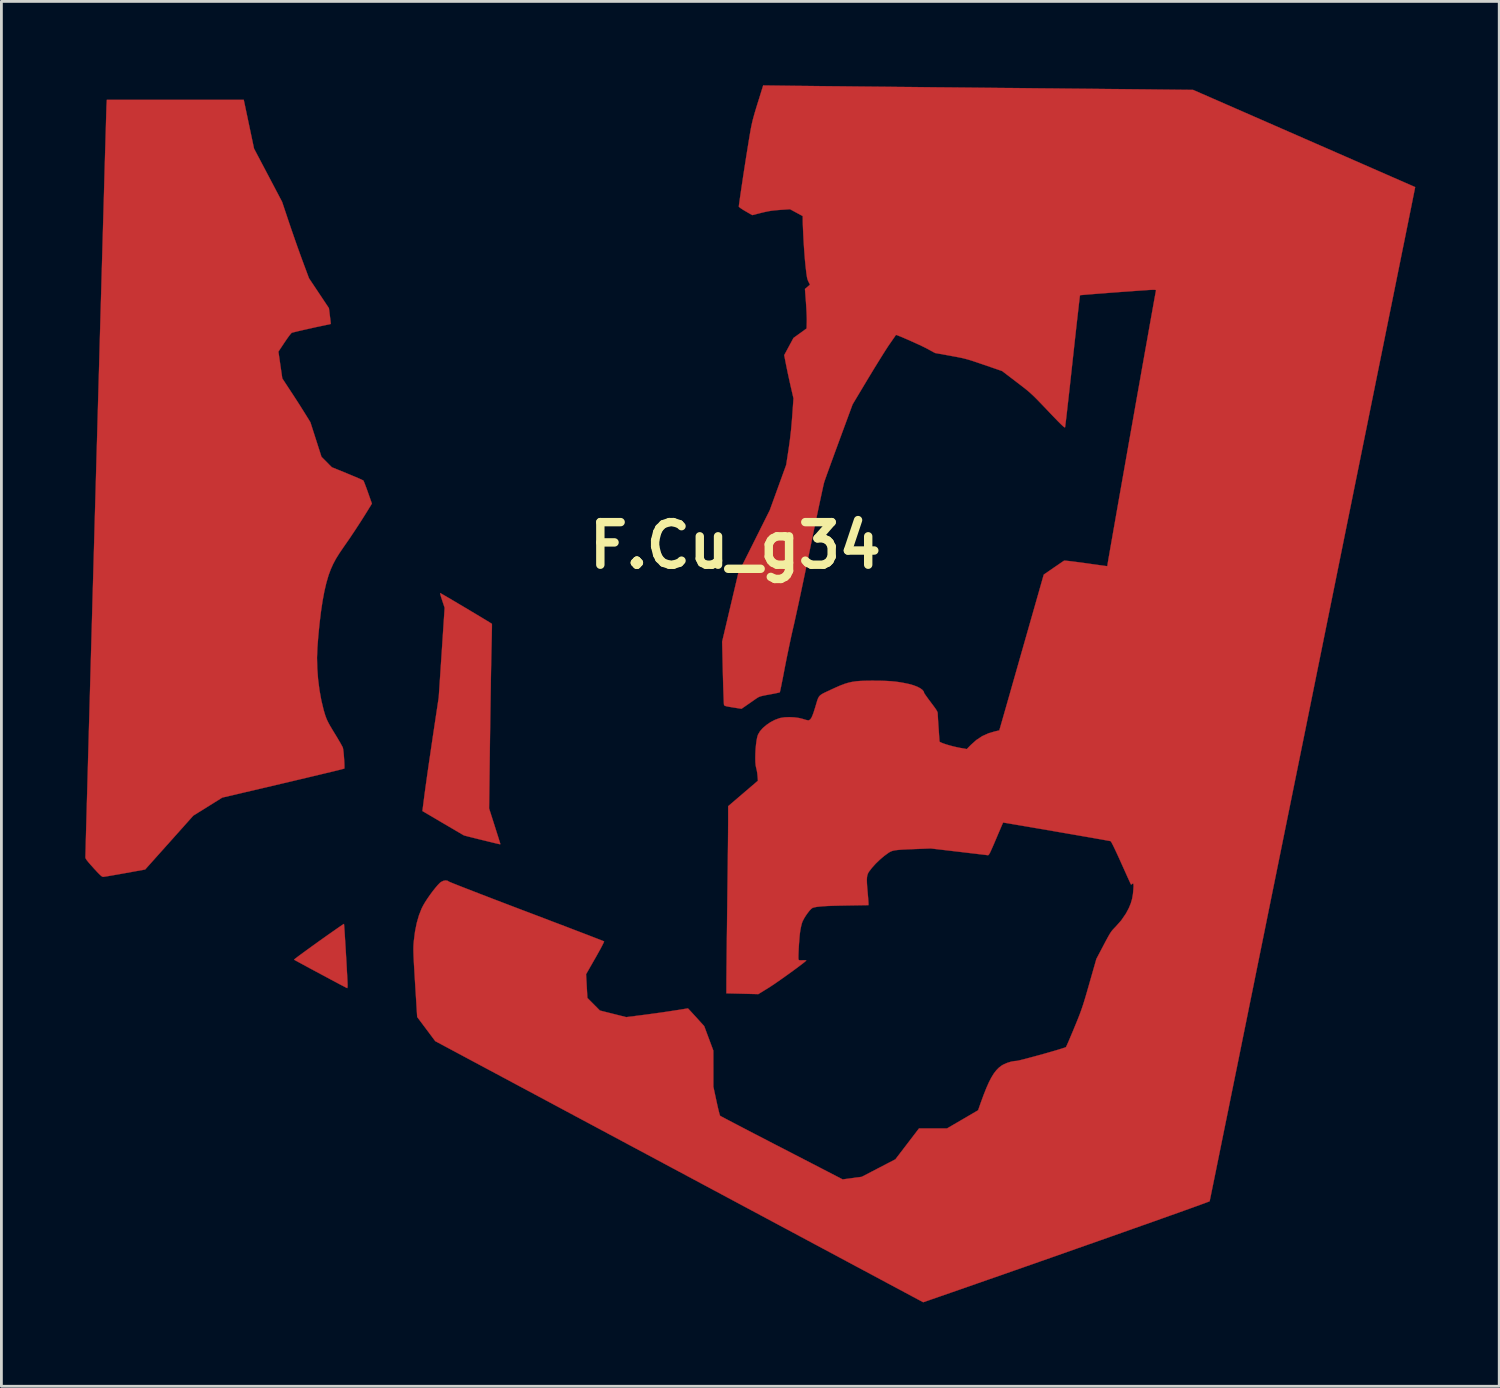
<source format=kicad_pcb>
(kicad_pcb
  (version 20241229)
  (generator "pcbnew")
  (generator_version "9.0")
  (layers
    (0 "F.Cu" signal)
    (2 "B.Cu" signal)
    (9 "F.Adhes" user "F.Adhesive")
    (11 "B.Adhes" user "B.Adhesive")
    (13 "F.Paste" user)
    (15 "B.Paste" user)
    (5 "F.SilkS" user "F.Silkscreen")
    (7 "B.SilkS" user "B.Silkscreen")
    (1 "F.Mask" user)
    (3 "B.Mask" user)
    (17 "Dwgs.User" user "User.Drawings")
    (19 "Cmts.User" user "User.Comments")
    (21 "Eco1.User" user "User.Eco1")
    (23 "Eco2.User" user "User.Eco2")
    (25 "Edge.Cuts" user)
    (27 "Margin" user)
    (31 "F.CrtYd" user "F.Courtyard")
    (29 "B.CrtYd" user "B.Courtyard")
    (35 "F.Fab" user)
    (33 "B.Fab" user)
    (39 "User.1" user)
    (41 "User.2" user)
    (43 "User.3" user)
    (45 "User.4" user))
  (footprint "F.Cu_g34"
    (layer "F.Cu")
    (at 23.246 16.457)
    (property "Reference" "F.Cu_g34" (at 0 0 0) (layer "F.SilkS") (effects (font (size 1.524 1.524) (thickness 0.3))))
    (attr through_hole)
    (fp_poly (pts (xy -13.992 13.558) (xy -13.987 13.618) (xy -13.98 13.71) (xy -13.972 13.83) (xy -13.963 13.973) (xy -13.953 14.135) (xy -13.942 14.31) (xy -13.931 14.493) (xy -13.92 14.681) (xy -13.909 14.867) (xy -13.899 15.047) (xy -13.89 15.217) (xy -13.881 15.372) (xy -13.874 15.506) (xy -13.869 15.615) (xy -13.866 15.695) (xy -13.865 15.732) (xy -13.868 15.79) (xy -13.875 15.826) (xy -13.88 15.831) (xy -13.901 15.821) (xy -13.956 15.793) (xy -14.041 15.748) (xy -14.153 15.69) (xy -14.287 15.618) (xy -14.441 15.537) (xy -14.61 15.446) (xy -14.791 15.349) (xy -14.831 15.328) (xy -15.015 15.229) (xy -15.187 15.137) (xy -15.344 15.052) (xy -15.482 14.977) (xy -15.598 14.914) (xy -15.689 14.864) (xy -15.75 14.831) (xy -15.778 14.814) (xy -15.779 14.813) (xy -15.765 14.799) (xy -15.72 14.763) (xy -15.646 14.706) (xy -15.547 14.633) (xy -15.426 14.544) (xy -15.286 14.442) (xy -15.131 14.33) (xy -14.963 14.209) (xy -14.899 14.163) (xy -14.727 14.041) (xy -14.565 13.926) (xy -14.417 13.822) (xy -14.286 13.731) (xy -14.176 13.654) (xy -14.089 13.595) (xy -14.028 13.555) (xy -13.998 13.537) (xy -13.995 13.536) (xy -13.992 13.558)) (stroke (width 0.01) (type solid)) (fill yes) (layer "F.Cu"))
    (fp_poly (pts (xy -10.538 1.711) (xy -10.487 1.739) (xy -10.408 1.785) (xy -10.305 1.845) (xy -10.183 1.916) (xy -10.046 1.997) (xy -9.897 2.086) (xy -9.741 2.178) (xy -9.582 2.273) (xy -9.425 2.367) (xy -9.272 2.458) (xy -9.13 2.543) (xy -9.001 2.621) (xy -8.89 2.688) (xy -8.801 2.742) (xy -8.739 2.781) (xy -8.707 2.802) (xy -8.704 2.804) (xy -8.703 2.826) (xy -8.703 2.886) (xy -8.704 2.979) (xy -8.707 3.101) (xy -8.709 3.249) (xy -8.713 3.416) (xy -8.717 3.6) (xy -8.72 3.717) (xy -8.723 3.865) (xy -8.727 4.05) (xy -8.731 4.269) (xy -8.736 4.518) (xy -8.741 4.793) (xy -8.745 5.089) (xy -8.75 5.402) (xy -8.755 5.728) (xy -8.76 6.062) (xy -8.765 6.401) (xy -8.77 6.741) (xy -8.774 7.015) (xy -8.805 9.405) (xy -8.604 10.034) (xy -8.555 10.19) (xy -8.51 10.332) (xy -8.47 10.456) (xy -8.439 10.557) (xy -8.416 10.63) (xy -8.405 10.67) (xy -8.403 10.676) (xy -8.403 10.681) (xy -8.404 10.684) (xy -8.411 10.685) (xy -8.427 10.683) (xy -8.458 10.677) (xy -8.508 10.666) (xy -8.58 10.649) (xy -8.678 10.625) (xy -8.808 10.594) (xy -8.972 10.553) (xy -9.061 10.532) (xy -9.218 10.493) (xy -9.362 10.457) (xy -9.487 10.426) (xy -9.589 10.4) (xy -9.662 10.381) (xy -9.702 10.37) (xy -9.707 10.368) (xy -9.729 10.355) (xy -9.783 10.324) (xy -9.866 10.275) (xy -9.974 10.212) (xy -10.101 10.137) (xy -10.246 10.052) (xy -10.403 9.96) (xy -10.458 9.928) (xy -11.189 9.498) (xy -11.11 8.882) (xy -11.092 8.75) (xy -11.069 8.582) (xy -11.041 8.384) (xy -11.01 8.16) (xy -10.975 7.918) (xy -10.938 7.662) (xy -10.899 7.399) (xy -10.86 7.133) (xy -10.821 6.871) (xy -10.818 6.847) (xy -10.605 5.429) (xy -10.499 3.829) (xy -10.394 2.229) (xy -10.48 1.97) (xy -10.512 1.873) (xy -10.537 1.791) (xy -10.552 1.731) (xy -10.557 1.703) (xy -10.556 1.702) (xy -10.538 1.711)) (stroke (width 0.01) (type solid)) (fill yes) (layer "F.Cu"))
    (fp_poly (pts (xy -17.579 -15.938) (xy -17.395 -15.065) (xy -17.211 -14.192) (xy -16.709 -13.24) (xy -16.207 -12.287) (xy -15.959 -11.546) (xy -15.889 -11.34) (xy -15.811 -11.115) (xy -15.73 -10.881) (xy -15.648 -10.649) (xy -15.57 -10.432) (xy -15.5 -10.24) (xy -15.478 -10.18) (xy -15.245 -9.554) (xy -14.889 -9.02) (xy -14.533 -8.486) (xy -14.498 -8.206) (xy -14.485 -8.103) (xy -14.475 -8.016) (xy -14.469 -7.954) (xy -14.466 -7.923) (xy -14.467 -7.922) (xy -14.488 -7.916) (xy -14.543 -7.903) (xy -14.625 -7.886) (xy -14.726 -7.865) (xy -14.776 -7.854) (xy -14.878 -7.833) (xy -15.001 -7.807) (xy -15.138 -7.776) (xy -15.281 -7.744) (xy -15.424 -7.712) (xy -15.559 -7.681) (xy -15.678 -7.653) (xy -15.774 -7.629) (xy -15.84 -7.613) (xy -15.86 -7.607) (xy -15.884 -7.586) (xy -15.925 -7.536) (xy -15.982 -7.461) (xy -16.048 -7.368) (xy -16.119 -7.264) (xy -16.339 -6.932) (xy -16.27 -6.453) (xy -16.2 -5.973) (xy -15.904 -5.521) (xy -15.807 -5.374) (xy -15.704 -5.215) (xy -15.602 -5.057) (xy -15.508 -4.908) (xy -15.427 -4.78) (xy -15.401 -4.738) (xy -15.196 -4.407) (xy -14.997 -3.788) (xy -14.799 -3.169) (xy -14.614 -2.983) (xy -14.429 -2.797) (xy -13.877 -2.572) (xy -13.733 -2.512) (xy -13.601 -2.457) (xy -13.487 -2.408) (xy -13.395 -2.368) (xy -13.332 -2.338) (xy -13.302 -2.322) (xy -13.301 -2.321) (xy -13.287 -2.295) (xy -13.262 -2.234) (xy -13.228 -2.147) (xy -13.188 -2.039) (xy -13.144 -1.917) (xy -13.137 -1.896) (xy -12.996 -1.496) (xy -13.179 -1.198) (xy -13.377 -0.884) (xy -13.589 -0.558) (xy -13.805 -0.235) (xy -14.014 0.066) (xy -14.02 0.074) (xy -14.164 0.286) (xy -14.283 0.478) (xy -14.381 0.661) (xy -14.463 0.844) (xy -14.536 1.038) (xy -14.552 1.086) (xy -14.628 1.348) (xy -14.698 1.649) (xy -14.761 1.989) (xy -14.818 2.369) (xy -14.869 2.79) (xy -14.914 3.252) (xy -14.945 3.651) (xy -14.959 4.012) (xy -14.95 4.392) (xy -14.921 4.78) (xy -14.872 5.165) (xy -14.805 5.538) (xy -14.721 5.886) (xy -14.677 6.035) (xy -14.65 6.117) (xy -14.622 6.191) (xy -14.59 6.265) (xy -14.549 6.346) (xy -14.498 6.439) (xy -14.431 6.554) (xy -14.345 6.695) (xy -14.327 6.724) (xy -14.25 6.851) (xy -14.18 6.969) (xy -14.12 7.072) (xy -14.074 7.155) (xy -14.044 7.211) (xy -14.035 7.232) (xy -14.025 7.279) (xy -14.015 7.353) (xy -14.005 7.449) (xy -13.996 7.556) (xy -13.988 7.666) (xy -13.982 7.772) (xy -13.979 7.864) (xy -13.978 7.934) (xy -13.981 7.974) (xy -13.983 7.979) (xy -14.006 7.986) (xy -14.067 8.002) (xy -14.164 8.027) (xy -14.294 8.059) (xy -14.455 8.098) (xy -14.643 8.143) (xy -14.856 8.194) (xy -15.091 8.25) (xy -15.346 8.311) (xy -15.617 8.375) (xy -15.902 8.443) (xy -16.175 8.507) (xy -18.347 9.017) (xy -19.384 9.663) (xy -20.244 10.626) (xy -21.105 11.589) (xy -21.829 11.72) (xy -22.001 11.751) (xy -22.161 11.779) (xy -22.305 11.804) (xy -22.427 11.825) (xy -22.522 11.84) (xy -22.585 11.85) (xy -22.608 11.852) (xy -22.632 11.847) (xy -22.664 11.828) (xy -22.708 11.791) (xy -22.767 11.733) (xy -22.846 11.651) (xy -22.948 11.54) (xy -22.952 11.535) (xy -23.057 11.418) (xy -23.135 11.327) (xy -23.19 11.259) (xy -23.223 11.209) (xy -23.239 11.174) (xy -23.241 11.159) (xy -23.241 11.131) (xy -23.239 11.062) (xy -23.236 10.953) (xy -23.232 10.806) (xy -23.228 10.622) (xy -23.222 10.403) (xy -23.215 10.15) (xy -23.207 9.864) (xy -23.198 9.547) (xy -23.189 9.2) (xy -23.178 8.825) (xy -23.167 8.422) (xy -23.155 7.994) (xy -23.143 7.541) (xy -23.129 7.066) (xy -23.116 6.569) (xy -23.101 6.051) (xy -23.086 5.515) (xy -23.071 4.962) (xy -23.055 4.392) (xy -23.039 3.808) (xy -23.022 3.211) (xy -23.005 2.601) (xy -22.988 1.981) (xy -22.97 1.352) (xy -22.952 0.716) (xy -22.934 0.073) (xy -22.916 -0.575) (xy -22.898 -1.227) (xy -22.879 -1.881) (xy -22.861 -2.536) (xy -22.843 -3.19) (xy -22.824 -3.842) (xy -22.806 -4.491) (xy -22.788 -5.135) (xy -22.77 -5.773) (xy -22.752 -6.404) (xy -22.735 -7.025) (xy -22.718 -7.637) (xy -22.701 -8.237) (xy -22.684 -8.823) (xy -22.668 -9.396) (xy -22.652 -9.953) (xy -22.637 -10.492) (xy -22.622 -11.013) (xy -22.608 -11.514) (xy -22.594 -11.994) (xy -22.581 -12.451) (xy -22.569 -12.884) (xy -22.558 -13.291) (xy -22.547 -13.672) (xy -22.537 -14.025) (xy -22.527 -14.348) (xy -22.519 -14.639) (xy -22.511 -14.899) (xy -22.505 -15.125) (xy -22.499 -15.315) (xy -22.495 -15.469) (xy -22.491 -15.586) (xy -22.489 -15.663) (xy -22.488 -15.699) (xy -22.488 -15.7) (xy -22.475 -15.938) (xy -17.579 -15.938)) (stroke (width 0.01) (type solid)) (fill yes) (layer "F.Cu"))
    (fp_poly (pts (xy 2.145 -16.437) (xy 2.272 -16.436) (xy 2.439 -16.434) (xy 2.643 -16.432) (xy 2.883 -16.429) (xy 3.155 -16.426) (xy 3.458 -16.423) (xy 3.789 -16.42) (xy 4.146 -16.416) (xy 4.527 -16.412) (xy 4.928 -16.408) (xy 5.348 -16.404) (xy 5.785 -16.399) (xy 6.235 -16.395) (xy 6.697 -16.39) (xy 7.168 -16.385) (xy 7.646 -16.381) (xy 8.128 -16.376) (xy 8.53 -16.372) (xy 9.017 -16.367) (xy 9.502 -16.362) (xy 9.984 -16.358) (xy 10.459 -16.353) (xy 10.926 -16.348) (xy 11.382 -16.344) (xy 11.824 -16.339) (xy 12.251 -16.335) (xy 12.659 -16.331) (xy 13.046 -16.327) (xy 13.41 -16.323) (xy 13.748 -16.32) (xy 14.057 -16.317) (xy 14.337 -16.314) (xy 14.583 -16.312) (xy 14.793 -16.309) (xy 14.966 -16.308) (xy 15.071 -16.306) (xy 16.372 -16.292) (xy 20.341 -14.556) (xy 20.731 -14.385) (xy 21.11 -14.22) (xy 21.477 -14.059) (xy 21.829 -13.905) (xy 22.166 -13.757) (xy 22.486 -13.617) (xy 22.785 -13.486) (xy 23.064 -13.364) (xy 23.319 -13.252) (xy 23.55 -13.151) (xy 23.754 -13.062) (xy 23.929 -12.985) (xy 24.074 -12.922) (xy 24.186 -12.873) (xy 24.265 -12.838) (xy 24.308 -12.819) (xy 24.315 -12.816) (xy 24.311 -12.795) (xy 24.299 -12.734) (xy 24.279 -12.634) (xy 24.251 -12.496) (xy 24.216 -12.321) (xy 24.174 -12.11) (xy 24.124 -11.864) (xy 24.068 -11.585) (xy 24.005 -11.274) (xy 23.936 -10.931) (xy 23.86 -10.559) (xy 23.779 -10.157) (xy 23.692 -9.728) (xy 23.6 -9.272) (xy 23.503 -8.791) (xy 23.4 -8.285) (xy 23.293 -7.757) (xy 23.182 -7.206) (xy 23.066 -6.635) (xy 22.946 -6.043) (xy 22.823 -5.433) (xy 22.696 -4.806) (xy 22.566 -4.163) (xy 22.432 -3.504) (xy 22.296 -2.831) (xy 22.157 -2.146) (xy 22.016 -1.449) (xy 21.872 -0.741) (xy 21.727 -0.024) (xy 21.58 0.702) (xy 21.432 1.434) (xy 21.282 2.173) (xy 21.131 2.916) (xy 20.98 3.663) (xy 20.828 4.412) (xy 20.676 5.163) (xy 20.524 5.914) (xy 20.372 6.665) (xy 20.22 7.413) (xy 20.069 8.158) (xy 19.919 8.898) (xy 19.77 9.633) (xy 19.622 10.362) (xy 19.476 11.083) (xy 19.332 11.794) (xy 19.189 12.496) (xy 19.049 13.187) (xy 18.912 13.865) (xy 18.777 14.529) (xy 18.645 15.179) (xy 18.517 15.813) (xy 18.391 16.431) (xy 18.27 17.03) (xy 18.152 17.609) (xy 18.039 18.169) (xy 17.93 18.707) (xy 17.825 19.222) (xy 17.725 19.713) (xy 17.631 20.18) (xy 17.541 20.62) (xy 17.457 21.033) (xy 17.379 21.418) (xy 17.307 21.773) (xy 17.241 22.097) (xy 17.182 22.39) (xy 17.129 22.649) (xy 17.083 22.875) (xy 17.044 23.065) (xy 17.013 23.219) (xy 16.989 23.335) (xy 16.973 23.412) (xy 16.965 23.45) (xy 16.964 23.453) (xy 16.944 23.463) (xy 16.885 23.485) (xy 16.79 23.521) (xy 16.66 23.568) (xy 16.498 23.627) (xy 16.304 23.697) (xy 16.081 23.777) (xy 15.83 23.867) (xy 15.554 23.965) (xy 15.253 24.072) (xy 14.931 24.187) (xy 14.587 24.308) (xy 14.225 24.436) (xy 13.847 24.57) (xy 13.453 24.709) (xy 13.045 24.853) (xy 12.626 25) (xy 12.197 25.151) (xy 11.76 25.305) (xy 11.317 25.461) (xy 10.869 25.618) (xy 10.418 25.776) (xy 9.966 25.934) (xy 9.516 26.092) (xy 9.067 26.248) (xy 8.623 26.403) (xy 8.185 26.556) (xy 7.755 26.706) (xy 7.335 26.852) (xy 6.974 26.977) (xy 6.72 27.065) (xy -2.005 22.396) (xy -10.73 17.727) (xy -11.376 16.863) (xy -11.434 15.919) (xy -11.452 15.632) (xy -11.467 15.384) (xy -11.479 15.171) (xy -11.49 14.99) (xy -11.498 14.836) (xy -11.504 14.707) (xy -11.508 14.598) (xy -11.51 14.507) (xy -11.511 14.429) (xy -11.51 14.362) (xy -11.508 14.301) (xy -11.504 14.243) (xy -11.499 14.184) (xy -11.495 14.139) (xy -11.452 13.802) (xy -11.391 13.499) (xy -11.311 13.222) (xy -11.213 12.975) (xy -11.161 12.874) (xy -11.091 12.755) (xy -11.007 12.626) (xy -10.915 12.494) (xy -10.82 12.365) (xy -10.727 12.248) (xy -10.642 12.148) (xy -10.568 12.072) (xy -10.525 12.037) (xy -10.441 11.995) (xy -10.357 11.98) (xy -10.284 11.994) (xy -10.25 12.018) (xy -10.226 12.03) (xy -10.164 12.056) (xy -10.068 12.095) (xy -9.939 12.146) (xy -9.78 12.209) (xy -9.592 12.282) (xy -9.378 12.365) (xy -9.141 12.457) (xy -8.883 12.556) (xy -8.606 12.663) (xy -8.312 12.775) (xy -8.003 12.893) (xy -7.683 13.015) (xy -7.461 13.099) (xy -7.134 13.223) (xy -6.818 13.343) (xy -6.515 13.459) (xy -6.227 13.568) (xy -5.957 13.671) (xy -5.707 13.767) (xy -5.479 13.854) (xy -5.275 13.932) (xy -5.098 14.001) (xy -4.95 14.058) (xy -4.833 14.103) (xy -4.75 14.136) (xy -4.703 14.155) (xy -4.692 14.16) (xy -4.698 14.182) (xy -4.723 14.235) (xy -4.764 14.317) (xy -4.819 14.421) (xy -4.887 14.544) (xy -4.963 14.681) (xy -5.006 14.756) (xy -5.337 15.335) (xy -5.313 15.758) (xy -5.289 16.182) (xy -4.841 16.633) (xy -4.371 16.751) (xy -3.9 16.869) (xy -3.318 16.795) (xy -3.127 16.77) (xy -2.915 16.741) (xy -2.696 16.711) (xy -2.484 16.68) (xy -2.293 16.651) (xy -2.214 16.639) (xy -1.693 16.556) (xy -1.59 16.665) (xy -1.535 16.725) (xy -1.462 16.805) (xy -1.379 16.895) (xy -1.3 16.983) (xy -1.111 17.192) (xy -0.948 17.629) (xy -0.785 18.066) (xy -0.784 18.711) (xy -0.784 19.357) (xy -0.675 19.865) (xy -0.644 20.007) (xy -0.615 20.135) (xy -0.588 20.245) (xy -0.566 20.329) (xy -0.55 20.381) (xy -0.543 20.397) (xy -0.521 20.409) (xy -0.464 20.44) (xy -0.374 20.488) (xy -0.254 20.551) (xy -0.106 20.629) (xy 0.068 20.72) (xy 0.266 20.823) (xy 0.484 20.937) (xy 0.721 21.06) (xy 0.975 21.191) (xy 1.242 21.33) (xy 1.521 21.474) (xy 1.661 21.546) (xy 3.84 22.672) (xy 4.181 22.626) (xy 4.522 22.58) (xy 5.124 22.267) (xy 5.726 21.954) (xy 6.148 21.402) (xy 6.571 20.849) (xy 7.572 20.849) (xy 8.128 20.525) (xy 8.684 20.2) (xy 8.784 19.916) (xy 8.886 19.639) (xy 8.981 19.4) (xy 9.072 19.196) (xy 9.16 19.025) (xy 9.248 18.883) (xy 9.338 18.767) (xy 9.43 18.674) (xy 9.528 18.6) (xy 9.584 18.567) (xy 9.721 18.506) (xy 9.866 18.461) (xy 10.001 18.438) (xy 10.048 18.436) (xy 10.087 18.431) (xy 10.159 18.415) (xy 10.261 18.39) (xy 10.386 18.358) (xy 10.529 18.32) (xy 10.686 18.278) (xy 10.85 18.233) (xy 11.018 18.187) (xy 11.182 18.14) (xy 11.339 18.095) (xy 11.483 18.053) (xy 11.608 18.015) (xy 11.709 17.983) (xy 11.782 17.959) (xy 11.821 17.943) (xy 11.825 17.941) (xy 11.838 17.916) (xy 11.866 17.857) (xy 11.905 17.769) (xy 11.954 17.655) (xy 12.011 17.52) (xy 12.074 17.37) (xy 12.126 17.244) (xy 12.195 17.077) (xy 12.254 16.932) (xy 12.304 16.804) (xy 12.349 16.685) (xy 12.39 16.569) (xy 12.431 16.449) (xy 12.472 16.319) (xy 12.517 16.171) (xy 12.567 16) (xy 12.625 15.798) (xy 12.659 15.679) (xy 12.914 14.787) (xy 13.171 14.299) (xy 13.25 14.149) (xy 13.314 14.031) (xy 13.366 13.938) (xy 13.41 13.865) (xy 13.45 13.806) (xy 13.49 13.755) (xy 13.534 13.707) (xy 13.585 13.654) (xy 13.598 13.641) (xy 13.803 13.41) (xy 13.973 13.162) (xy 14.075 12.969) (xy 14.144 12.803) (xy 14.191 12.642) (xy 14.222 12.468) (xy 14.237 12.303) (xy 14.243 12.197) (xy 14.242 12.128) (xy 14.233 12.094) (xy 14.215 12.089) (xy 14.188 12.109) (xy 14.186 12.111) (xy 14.16 12.128) (xy 14.152 12.127) (xy 14.142 12.106) (xy 14.116 12.051) (xy 14.077 11.966) (xy 14.026 11.854) (xy 13.966 11.72) (xy 13.898 11.569) (xy 13.824 11.404) (xy 13.8 11.351) (xy 13.709 11.149) (xy 13.628 10.974) (xy 13.559 10.828) (xy 13.503 10.713) (xy 13.46 10.631) (xy 13.432 10.585) (xy 13.422 10.574) (xy 13.394 10.569) (xy 13.329 10.557) (xy 13.23 10.539) (xy 13.1 10.515) (xy 12.943 10.488) (xy 12.763 10.456) (xy 12.563 10.421) (xy 12.347 10.384) (xy 12.119 10.344) (xy 11.881 10.303) (xy 11.638 10.261) (xy 11.392 10.218) (xy 11.149 10.176) (xy 10.91 10.135) (xy 10.68 10.096) (xy 10.462 10.058) (xy 10.261 10.024) (xy 10.078 9.993) (xy 9.918 9.966) (xy 9.785 9.943) (xy 9.682 9.926) (xy 9.612 9.915) (xy 9.579 9.91) (xy 9.577 9.91) (xy 9.568 9.931) (xy 9.544 9.985) (xy 9.508 10.069) (xy 9.462 10.177) (xy 9.407 10.305) (xy 9.346 10.448) (xy 9.324 10.501) (xy 9.253 10.668) (xy 9.195 10.8) (xy 9.15 10.901) (xy 9.116 10.975) (xy 9.089 11.025) (xy 9.068 11.057) (xy 9.052 11.073) (xy 9.037 11.078) (xy 9.031 11.077) (xy 9.001 11.074) (xy 8.933 11.065) (xy 8.833 11.053) (xy 8.703 11.038) (xy 8.548 11.019) (xy 8.374 10.999) (xy 8.183 10.976) (xy 7.988 10.953) (xy 6.991 10.836) (xy 6.411 10.858) (xy 6.206 10.866) (xy 6.039 10.874) (xy 5.903 10.882) (xy 5.795 10.892) (xy 5.71 10.903) (xy 5.642 10.917) (xy 5.586 10.935) (xy 5.539 10.956) (xy 5.493 10.983) (xy 5.477 10.994) (xy 5.323 11.106) (xy 5.167 11.239) (xy 5.018 11.383) (xy 4.887 11.529) (xy 4.782 11.666) (xy 4.775 11.676) (xy 4.745 11.731) (xy 4.723 11.792) (xy 4.71 11.865) (xy 4.705 11.958) (xy 4.708 12.075) (xy 4.717 12.224) (xy 4.729 12.357) (xy 4.74 12.482) (xy 4.75 12.598) (xy 4.757 12.695) (xy 4.761 12.764) (xy 4.763 12.793) (xy 4.763 12.863) (xy 3.985 12.876) (xy 3.719 12.881) (xy 3.492 12.887) (xy 3.302 12.894) (xy 3.144 12.903) (xy 3.016 12.914) (xy 2.914 12.926) (xy 2.835 12.941) (xy 2.777 12.957) (xy 2.764 12.962) (xy 2.717 12.996) (xy 2.656 13.059) (xy 2.59 13.143) (xy 2.523 13.238) (xy 2.462 13.337) (xy 2.413 13.431) (xy 2.399 13.462) (xy 2.376 13.533) (xy 2.352 13.631) (xy 2.33 13.741) (xy 2.319 13.811) (xy 2.307 13.903) (xy 2.296 14.017) (xy 2.286 14.146) (xy 2.276 14.281) (xy 2.268 14.416) (xy 2.262 14.542) (xy 2.258 14.652) (xy 2.257 14.738) (xy 2.259 14.792) (xy 2.261 14.802) (xy 2.272 14.824) (xy 2.298 14.834) (xy 2.349 14.836) (xy 2.405 14.834) (xy 2.475 14.833) (xy 2.523 14.835) (xy 2.54 14.841) (xy 2.523 14.86) (xy 2.476 14.9) (xy 2.403 14.958) (xy 2.308 15.03) (xy 2.197 15.114) (xy 2.072 15.205) (xy 1.939 15.302) (xy 1.802 15.4) (xy 1.665 15.497) (xy 1.533 15.59) (xy 1.411 15.674) (xy 1.302 15.747) (xy 1.211 15.807) (xy 1.181 15.825) (xy 0.823 16.046) (xy 0.253 16.031) (xy -0.318 16.017) (xy -0.317 15.612) (xy -0.317 15.537) (xy -0.316 15.423) (xy -0.314 15.272) (xy -0.313 15.09) (xy -0.31 14.878) (xy -0.308 14.64) (xy -0.305 14.379) (xy -0.302 14.099) (xy -0.298 13.803) (xy -0.294 13.495) (xy -0.291 13.176) (xy -0.286 12.852) (xy -0.286 12.795) (xy -0.282 12.467) (xy -0.278 12.142) (xy -0.274 11.824) (xy -0.27 11.517) (xy -0.267 11.224) (xy -0.264 10.949) (xy -0.261 10.695) (xy -0.259 10.465) (xy -0.257 10.263) (xy -0.256 10.093) (xy -0.255 9.957) (xy -0.254 9.861) (xy -0.254 9.853) (xy -0.254 9.324) (xy 0.278 8.869) (xy 0.81 8.414) (xy 0.797 8.245) (xy 0.786 8.144) (xy 0.769 8.042) (xy 0.749 7.96) (xy 0.748 7.959) (xy 0.73 7.869) (xy 0.719 7.748) (xy 0.716 7.603) (xy 0.719 7.444) (xy 0.727 7.281) (xy 0.742 7.122) (xy 0.761 6.977) (xy 0.785 6.855) (xy 0.813 6.765) (xy 0.814 6.764) (xy 0.882 6.648) (xy 0.984 6.531) (xy 1.113 6.421) (xy 1.259 6.321) (xy 1.416 6.239) (xy 1.575 6.18) (xy 1.622 6.168) (xy 1.767 6.146) (xy 1.936 6.14) (xy 2.112 6.148) (xy 2.28 6.171) (xy 2.424 6.207) (xy 2.433 6.21) (xy 2.512 6.235) (xy 2.579 6.251) (xy 2.621 6.255) (xy 2.625 6.255) (xy 2.663 6.236) (xy 2.696 6.204) (xy 2.729 6.152) (xy 2.763 6.075) (xy 2.802 5.969) (xy 2.846 5.829) (xy 2.865 5.768) (xy 2.904 5.637) (xy 2.934 5.537) (xy 2.963 5.462) (xy 2.996 5.404) (xy 3.038 5.359) (xy 3.095 5.318) (xy 3.172 5.276) (xy 3.277 5.226) (xy 3.397 5.17) (xy 3.588 5.082) (xy 3.753 5.01) (xy 3.899 4.954) (xy 4.036 4.912) (xy 4.172 4.881) (xy 4.314 4.859) (xy 4.471 4.846) (xy 4.652 4.84) (xy 4.863 4.837) (xy 4.942 4.837) (xy 5.182 4.839) (xy 5.388 4.845) (xy 5.569 4.855) (xy 5.735 4.871) (xy 5.893 4.893) (xy 6.053 4.922) (xy 6.212 4.956) (xy 6.367 4.999) (xy 6.503 5.05) (xy 6.613 5.107) (xy 6.695 5.168) (xy 6.742 5.228) (xy 6.752 5.27) (xy 6.764 5.294) (xy 6.799 5.346) (xy 6.851 5.419) (xy 6.917 5.51) (xy 6.993 5.611) (xy 6.996 5.615) (xy 7.083 5.731) (xy 7.148 5.82) (xy 7.192 5.886) (xy 7.22 5.936) (xy 7.235 5.974) (xy 7.239 6.007) (xy 7.239 6.01) (xy 7.241 6.054) (xy 7.245 6.132) (xy 7.251 6.237) (xy 7.259 6.362) (xy 7.268 6.498) (xy 7.271 6.53) (xy 7.28 6.664) (xy 7.288 6.786) (xy 7.295 6.887) (xy 7.3 6.962) (xy 7.302 7.003) (xy 7.302 7.008) (xy 7.322 7.029) (xy 7.377 7.056) (xy 7.46 7.088) (xy 7.566 7.123) (xy 7.687 7.158) (xy 7.817 7.192) (xy 7.951 7.222) (xy 8.039 7.24) (xy 8.279 7.283) (xy 8.424 7.135) (xy 8.622 6.958) (xy 8.833 6.819) (xy 9.064 6.715) (xy 9.288 6.65) (xy 9.442 6.615) (xy 9.473 6.509) (xy 9.483 6.476) (xy 9.503 6.404) (xy 9.534 6.297) (xy 9.574 6.157) (xy 9.623 5.986) (xy 9.68 5.787) (xy 9.744 5.562) (xy 9.815 5.314) (xy 9.891 5.045) (xy 9.973 4.758) (xy 10.059 4.456) (xy 10.149 4.14) (xy 10.242 3.813) (xy 10.268 3.723) (xy 11.032 1.043) (xy 11.384 0.8) (xy 11.493 0.726) (xy 11.59 0.659) (xy 11.671 0.604) (xy 11.729 0.565) (xy 11.759 0.545) (xy 11.761 0.544) (xy 11.786 0.543) (xy 11.849 0.549) (xy 11.944 0.559) (xy 12.066 0.573) (xy 12.211 0.592) (xy 12.372 0.613) (xy 12.533 0.635) (xy 12.706 0.66) (xy 12.866 0.682) (xy 13.008 0.702) (xy 13.127 0.718) (xy 13.218 0.731) (xy 13.277 0.738) (xy 13.298 0.741) (xy 13.309 0.722) (xy 13.314 0.679) (xy 13.317 0.655) (xy 13.328 0.591) (xy 13.345 0.489) (xy 13.369 0.353) (xy 13.398 0.184) (xy 13.433 -0.015) (xy 13.473 -0.243) (xy 13.517 -0.497) (xy 13.566 -0.774) (xy 13.618 -1.073) (xy 13.674 -1.392) (xy 13.733 -1.727) (xy 13.795 -2.077) (xy 13.859 -2.44) (xy 13.925 -2.813) (xy 13.992 -3.194) (xy 14.06 -3.581) (xy 14.129 -3.971) (xy 14.199 -4.363) (xy 14.268 -4.754) (xy 14.336 -5.142) (xy 14.404 -5.524) (xy 14.471 -5.899) (xy 14.535 -6.264) (xy 14.598 -6.617) (xy 14.658 -6.956) (xy 14.716 -7.278) (xy 14.77 -7.582) (xy 14.82 -7.864) (xy 14.866 -8.123) (xy 14.908 -8.356) (xy 14.945 -8.562) (xy 14.976 -8.738) (xy 15.002 -8.881) (xy 15.022 -8.99) (xy 15.036 -9.063) (xy 15.042 -9.096) (xy 15.043 -9.096) (xy 15.046 -9.124) (xy 15.033 -9.138) (xy 14.995 -9.143) (xy 14.941 -9.144) (xy 14.897 -9.142) (xy 14.817 -9.138) (xy 14.707 -9.131) (xy 14.57 -9.122) (xy 14.412 -9.111) (xy 14.235 -9.098) (xy 14.045 -9.084) (xy 13.846 -9.07) (xy 13.643 -9.055) (xy 13.439 -9.04) (xy 13.24 -9.024) (xy 13.049 -9.01) (xy 12.872 -8.996) (xy 12.712 -8.983) (xy 12.574 -8.972) (xy 12.463 -8.962) (xy 12.382 -8.955) (xy 12.336 -8.95) (xy 12.328 -8.948) (xy 12.324 -8.926) (xy 12.316 -8.865) (xy 12.305 -8.767) (xy 12.289 -8.635) (xy 12.271 -8.471) (xy 12.249 -8.279) (xy 12.224 -8.062) (xy 12.197 -7.82) (xy 12.168 -7.558) (xy 12.137 -7.279) (xy 12.105 -6.984) (xy 12.071 -6.676) (xy 12.063 -6.602) (xy 12.029 -6.291) (xy 11.996 -5.992) (xy 11.965 -5.707) (xy 11.935 -5.438) (xy 11.907 -5.19) (xy 11.881 -4.964) (xy 11.859 -4.762) (xy 11.839 -4.589) (xy 11.822 -4.446) (xy 11.808 -4.337) (xy 11.799 -4.263) (xy 11.794 -4.229) (xy 11.793 -4.226) (xy 11.785 -4.222) (xy 11.766 -4.23) (xy 11.734 -4.254) (xy 11.688 -4.296) (xy 11.624 -4.357) (xy 11.54 -4.441) (xy 11.435 -4.55) (xy 11.304 -4.686) (xy 11.178 -4.819) (xy 11.029 -4.975) (xy 10.905 -5.104) (xy 10.8 -5.213) (xy 10.709 -5.304) (xy 10.628 -5.382) (xy 10.551 -5.452) (xy 10.475 -5.519) (xy 10.393 -5.586) (xy 10.301 -5.659) (xy 10.193 -5.742) (xy 10.066 -5.839) (xy 10.06 -5.844) (xy 9.543 -6.238) (xy 8.894 -6.461) (xy 8.712 -6.523) (xy 8.562 -6.574) (xy 8.437 -6.615) (xy 8.328 -6.648) (xy 8.228 -6.675) (xy 8.128 -6.7) (xy 8.022 -6.722) (xy 7.901 -6.746) (xy 7.757 -6.772) (xy 7.694 -6.784) (xy 7.144 -6.883) (xy 6.858 -7.039) (xy 6.786 -7.076) (xy 6.69 -7.123) (xy 6.578 -7.176) (xy 6.454 -7.233) (xy 6.325 -7.291) (xy 6.195 -7.349) (xy 6.072 -7.402) (xy 5.961 -7.45) (xy 5.867 -7.488) (xy 5.796 -7.516) (xy 5.754 -7.529) (xy 5.746 -7.529) (xy 5.733 -7.511) (xy 5.701 -7.464) (xy 5.651 -7.393) (xy 5.589 -7.303) (xy 5.518 -7.201) (xy 5.515 -7.197) (xy 5.457 -7.111) (xy 5.381 -6.994) (xy 5.29 -6.851) (xy 5.188 -6.687) (xy 5.077 -6.508) (xy 4.961 -6.32) (xy 4.844 -6.127) (xy 4.741 -5.957) (xy 4.195 -5.045) (xy 3.708 -3.724) (xy 3.624 -3.494) (xy 3.542 -3.272) (xy 3.466 -3.062) (xy 3.395 -2.868) (xy 3.332 -2.694) (xy 3.277 -2.542) (xy 3.233 -2.418) (xy 3.2 -2.325) (xy 3.181 -2.266) (xy 3.177 -2.254) (xy 3.166 -2.213) (xy 3.148 -2.134) (xy 3.123 -2.019) (xy 3.091 -1.871) (xy 3.053 -1.694) (xy 3.009 -1.49) (xy 2.961 -1.263) (xy 2.909 -1.015) (xy 2.854 -0.749) (xy 2.795 -0.469) (xy 2.735 -0.177) (xy 2.687 0.053) (xy 2.623 0.366) (xy 2.558 0.678) (xy 2.493 0.987) (xy 2.43 1.287) (xy 2.369 1.575) (xy 2.311 1.848) (xy 2.257 2.1) (xy 2.207 2.329) (xy 2.163 2.53) (xy 2.126 2.699) (xy 2.096 2.832) (xy 2.085 2.879) (xy 2.043 3.061) (xy 1.995 3.275) (xy 1.945 3.51) (xy 1.894 3.755) (xy 1.843 4) (xy 1.797 4.234) (xy 1.766 4.392) (xy 1.731 4.576) (xy 1.698 4.747) (xy 1.667 4.9) (xy 1.641 5.031) (xy 1.619 5.135) (xy 1.603 5.209) (xy 1.593 5.248) (xy 1.591 5.252) (xy 1.566 5.26) (xy 1.507 5.274) (xy 1.421 5.292) (xy 1.314 5.313) (xy 1.22 5.33) (xy 1.09 5.354) (xy 0.993 5.374) (xy 0.921 5.391) (xy 0.866 5.409) (xy 0.819 5.431) (xy 0.773 5.46) (xy 0.718 5.497) (xy 0.712 5.501) (xy 0.621 5.565) (xy 0.515 5.639) (xy 0.413 5.709) (xy 0.392 5.724) (xy 0.222 5.841) (xy -0.082 5.793) (xy -0.204 5.773) (xy -0.29 5.757) (xy -0.347 5.743) (xy -0.38 5.729) (xy -0.398 5.713) (xy -0.402 5.704) (xy -0.406 5.675) (xy -0.41 5.608) (xy -0.414 5.507) (xy -0.419 5.376) (xy -0.425 5.219) (xy -0.431 5.041) (xy -0.436 4.844) (xy -0.442 4.634) (xy -0.444 4.551) (xy -0.47 3.44) (xy -0.181 2.215) (xy 0.108 0.99) (xy 0.671 -0.135) (xy 1.233 -1.259) (xy 1.527 -2.07) (xy 1.821 -2.881) (xy 1.906 -3.436) (xy 1.954 -3.775) (xy 1.994 -4.118) (xy 2.026 -4.482) (xy 2.037 -4.625) (xy 2.082 -5.26) (xy 1.984 -5.683) (xy 1.948 -5.843) (xy 1.91 -6.017) (xy 1.872 -6.192) (xy 1.839 -6.353) (xy 1.818 -6.456) (xy 1.75 -6.805) (xy 2.081 -7.42) (xy 2.316 -7.59) (xy 2.551 -7.76) (xy 2.557 -7.992) (xy 2.558 -8.084) (xy 2.555 -8.209) (xy 2.549 -8.354) (xy 2.54 -8.51) (xy 2.53 -8.667) (xy 2.528 -8.698) (xy 2.492 -9.173) (xy 2.582 -9.249) (xy 2.672 -9.326) (xy 2.616 -9.436) (xy 2.598 -9.476) (xy 2.582 -9.521) (xy 2.568 -9.576) (xy 2.556 -9.648) (xy 2.542 -9.742) (xy 2.528 -9.866) (xy 2.51 -10.026) (xy 2.509 -10.038) (xy 2.493 -10.201) (xy 2.478 -10.393) (xy 2.462 -10.602) (xy 2.448 -10.821) (xy 2.436 -11.04) (xy 2.426 -11.249) (xy 2.418 -11.44) (xy 2.413 -11.603) (xy 2.413 -11.678) (xy 2.412 -11.779) (xy 2.185 -11.902) (xy 1.958 -12.025) (xy 1.608 -12.001) (xy 1.444 -11.988) (xy 1.307 -11.973) (xy 1.177 -11.951) (xy 1.039 -11.922) (xy 0.932 -11.896) (xy 0.607 -11.814) (xy 0.367 -11.952) (xy 0.278 -12.005) (xy 0.203 -12.054) (xy 0.151 -12.092) (xy 0.128 -12.116) (xy 0.127 -12.118) (xy 0.13 -12.153) (xy 0.139 -12.226) (xy 0.154 -12.331) (xy 0.173 -12.465) (xy 0.196 -12.622) (xy 0.222 -12.799) (xy 0.251 -12.991) (xy 0.281 -13.194) (xy 0.313 -13.403) (xy 0.346 -13.613) (xy 0.378 -13.821) (xy 0.41 -14.021) (xy 0.44 -14.209) (xy 0.454 -14.294) (xy 0.485 -14.486) (xy 0.512 -14.649) (xy 0.536 -14.789) (xy 0.558 -14.912) (xy 0.581 -15.024) (xy 0.604 -15.13) (xy 0.63 -15.237) (xy 0.661 -15.35) (xy 0.696 -15.475) (xy 0.739 -15.618) (xy 0.79 -15.785) (xy 0.852 -15.981) (xy 0.913 -16.179) (xy 0.998 -16.452) (xy 2.145 -16.437)) (stroke (width 0.01) (type solid)) (fill yes) (layer "F.Cu")))
  (gr_rect
    (start -3 -3)
    (end 50.567 46.527)
    (stroke (width 0.1) (type default))
    (fill no)
    (layer "Edge.Cuts")))
</source>
